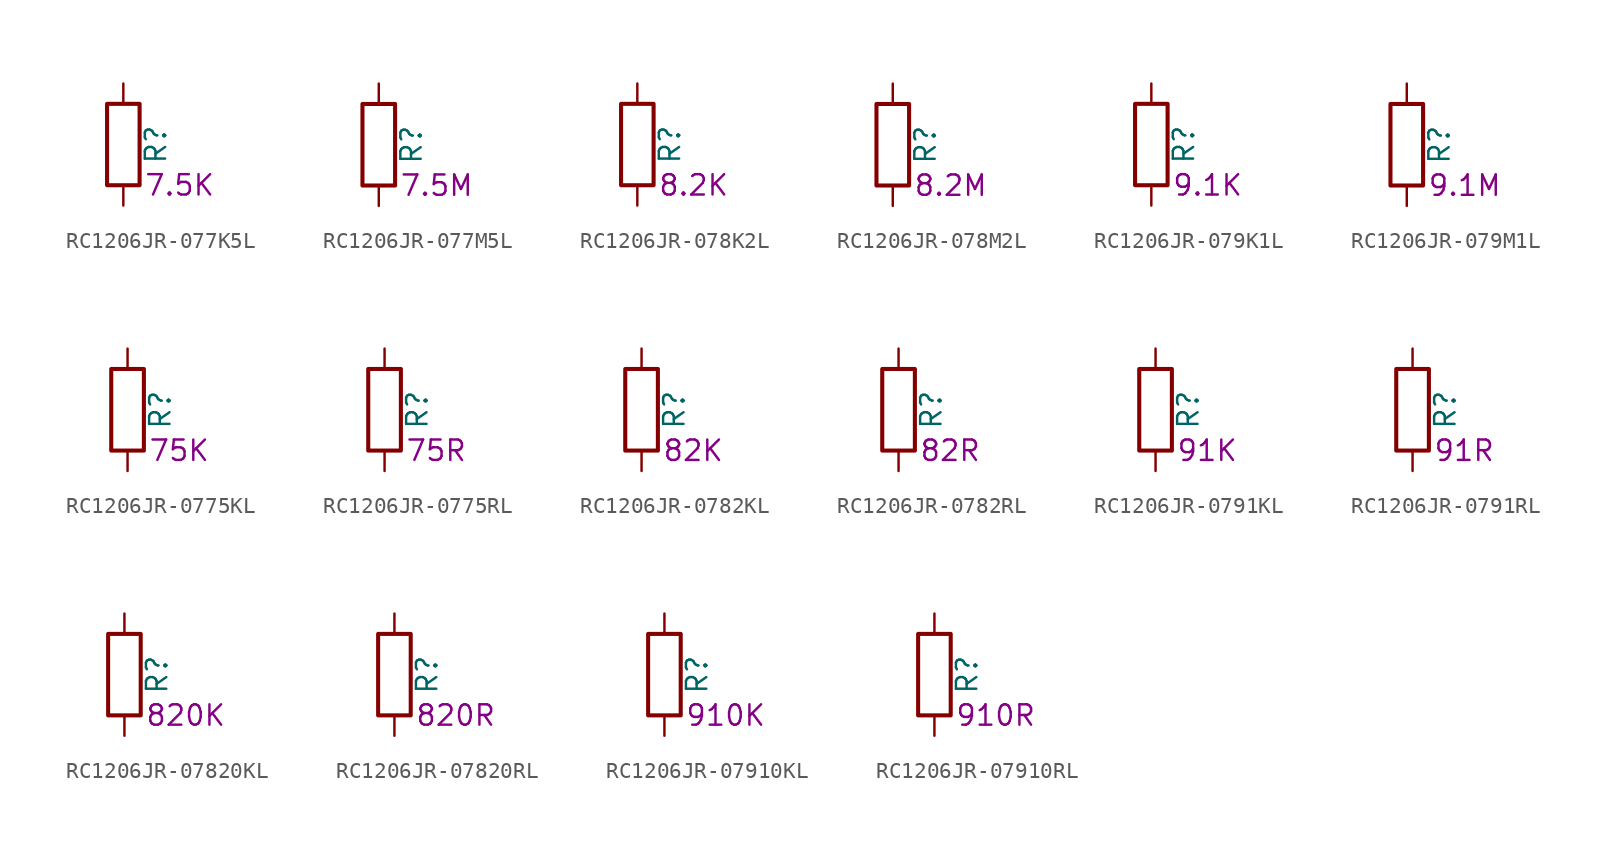
<source format=kicad_sym>
(kicad_symbol_lib
  (version 20220914)
  (generator kicad_symbol_editor)
  (symbol "RC1206JR-077K5L"
    (pin_numbers hide)
    (pin_names
      (offset 0))
    (property "Reference" "R"
      (at 2.032 0 90)
      (effects (font (size 1.27 1.27))))
    (property "Resistance" "7.5K"
      (at 1.27 -2.54 0)
      (effects (font (size 1.27 1.27)) (justify left)))
    (symbol "RC1206JR-077K5L_0_1"
      (rectangle (start -1.016 -2.54) (end 1.016 2.54) (stroke (width 0.254) (type default)) (fill (type none))))
    (symbol "RC1206JR-077K5L_1_1"
      (pin passive line (at 0 3.81 270) (length 1.27) (name "~" (effects (font (size 1.27 1.27)))) (number "1" (effects (font (size 1.27 1.27)))))
      (pin passive line (at 0 -3.81 90) (length 1.27) (name "~" (effects (font (size 1.27 1.27)))) (number "2" (effects (font (size 1.27 1.27)))))))
  (symbol "RC1206JR-077M5L"
    (pin_numbers hide)
    (pin_names
      (offset 0))
    (property "Reference" "R"
      (at 2.032 0 90)
      (effects (font (size 1.27 1.27))))
    (property "Resistance" "7.5M"
      (at 1.27 -2.54 0)
      (effects (font (size 1.27 1.27)) (justify left)))
    (symbol "RC1206JR-077M5L_0_1"
      (rectangle (start -1.016 -2.54) (end 1.016 2.54) (stroke (width 0.254) (type default)) (fill (type none))))
    (symbol "RC1206JR-077M5L_1_1"
      (pin passive line (at 0 3.81 270) (length 1.27) (name "~" (effects (font (size 1.27 1.27)))) (number "1" (effects (font (size 1.27 1.27)))))
      (pin passive line (at 0 -3.81 90) (length 1.27) (name "~" (effects (font (size 1.27 1.27)))) (number "2" (effects (font (size 1.27 1.27)))))))
  (symbol "RC1206JR-078K2L"
    (pin_numbers hide)
    (pin_names
      (offset 0))
    (property "Reference" "R"
      (at 2.032 0 90)
      (effects (font (size 1.27 1.27))))
    (property "Resistance" "8.2K"
      (at 1.27 -2.54 0)
      (effects (font (size 1.27 1.27)) (justify left)))
    (symbol "RC1206JR-078K2L_0_1"
      (rectangle (start -1.016 -2.54) (end 1.016 2.54) (stroke (width 0.254) (type default)) (fill (type none))))
    (symbol "RC1206JR-078K2L_1_1"
      (pin passive line (at 0 3.81 270) (length 1.27) (name "~" (effects (font (size 1.27 1.27)))) (number "1" (effects (font (size 1.27 1.27)))))
      (pin passive line (at 0 -3.81 90) (length 1.27) (name "~" (effects (font (size 1.27 1.27)))) (number "2" (effects (font (size 1.27 1.27)))))))
  (symbol "RC1206JR-078M2L"
    (pin_numbers hide)
    (pin_names
      (offset 0))
    (property "Reference" "R"
      (at 2.032 0 90)
      (effects (font (size 1.27 1.27))))
    (property "Resistance" "8.2M"
      (at 1.27 -2.54 0)
      (effects (font (size 1.27 1.27)) (justify left)))
    (symbol "RC1206JR-078M2L_0_1"
      (rectangle (start -1.016 -2.54) (end 1.016 2.54) (stroke (width 0.254) (type default)) (fill (type none))))
    (symbol "RC1206JR-078M2L_1_1"
      (pin passive line (at 0 3.81 270) (length 1.27) (name "~" (effects (font (size 1.27 1.27)))) (number "1" (effects (font (size 1.27 1.27)))))
      (pin passive line (at 0 -3.81 90) (length 1.27) (name "~" (effects (font (size 1.27 1.27)))) (number "2" (effects (font (size 1.27 1.27)))))))
  (symbol "RC1206JR-079K1L"
    (pin_numbers hide)
    (pin_names
      (offset 0))
    (property "Reference" "R"
      (at 2.032 0 90)
      (effects (font (size 1.27 1.27))))
    (property "Resistance" "9.1K"
      (at 1.27 -2.54 0)
      (effects (font (size 1.27 1.27)) (justify left)))
    (symbol "RC1206JR-079K1L_0_1"
      (rectangle (start -1.016 -2.54) (end 1.016 2.54) (stroke (width 0.254) (type default)) (fill (type none))))
    (symbol "RC1206JR-079K1L_1_1"
      (pin passive line (at 0 3.81 270) (length 1.27) (name "~" (effects (font (size 1.27 1.27)))) (number "1" (effects (font (size 1.27 1.27)))))
      (pin passive line (at 0 -3.81 90) (length 1.27) (name "~" (effects (font (size 1.27 1.27)))) (number "2" (effects (font (size 1.27 1.27)))))))
  (symbol "RC1206JR-079M1L"
    (pin_numbers hide)
    (pin_names
      (offset 0))
    (property "Reference" "R"
      (at 2.032 0 90)
      (effects (font (size 1.27 1.27))))
    (property "Resistance" "9.1M"
      (at 1.27 -2.54 0)
      (effects (font (size 1.27 1.27)) (justify left)))
    (symbol "RC1206JR-079M1L_0_1"
      (rectangle (start -1.016 -2.54) (end 1.016 2.54) (stroke (width 0.254) (type default)) (fill (type none))))
    (symbol "RC1206JR-079M1L_1_1"
      (pin passive line (at 0 3.81 270) (length 1.27) (name "~" (effects (font (size 1.27 1.27)))) (number "1" (effects (font (size 1.27 1.27)))))
      (pin passive line (at 0 -3.81 90) (length 1.27) (name "~" (effects (font (size 1.27 1.27)))) (number "2" (effects (font (size 1.27 1.27)))))))
  (symbol "RC1206JR-0775KL"
    (pin_numbers hide)
    (pin_names
      (offset 0))
    (property "Reference" "R"
      (at 2.032 0 90)
      (effects (font (size 1.27 1.27))))
    (property "Resistance" "75K"
      (at 1.27 -2.54 0)
      (effects (font (size 1.27 1.27)) (justify left)))
    (symbol "RC1206JR-0775KL_0_1"
      (rectangle (start -1.016 -2.54) (end 1.016 2.54) (stroke (width 0.254) (type default)) (fill (type none))))
    (symbol "RC1206JR-0775KL_1_1"
      (pin passive line (at 0 3.81 270) (length 1.27) (name "~" (effects (font (size 1.27 1.27)))) (number "1" (effects (font (size 1.27 1.27)))))
      (pin passive line (at 0 -3.81 90) (length 1.27) (name "~" (effects (font (size 1.27 1.27)))) (number "2" (effects (font (size 1.27 1.27)))))))
  (symbol "RC1206JR-0775RL"
    (pin_numbers hide)
    (pin_names
      (offset 0))
    (property "Reference" "R"
      (at 2.032 0 90)
      (effects (font (size 1.27 1.27))))
    (property "Resistance" "75R"
      (at 1.27 -2.54 0)
      (effects (font (size 1.27 1.27)) (justify left)))
    (symbol "RC1206JR-0775RL_0_1"
      (rectangle (start -1.016 -2.54) (end 1.016 2.54) (stroke (width 0.254) (type default)) (fill (type none))))
    (symbol "RC1206JR-0775RL_1_1"
      (pin passive line (at 0 3.81 270) (length 1.27) (name "~" (effects (font (size 1.27 1.27)))) (number "1" (effects (font (size 1.27 1.27)))))
      (pin passive line (at 0 -3.81 90) (length 1.27) (name "~" (effects (font (size 1.27 1.27)))) (number "2" (effects (font (size 1.27 1.27)))))))
  (symbol "RC1206JR-0782KL"
    (pin_numbers hide)
    (pin_names
      (offset 0))
    (property "Reference" "R"
      (at 2.032 0 90)
      (effects (font (size 1.27 1.27))))
    (property "Resistance" "82K"
      (at 1.27 -2.54 0)
      (effects (font (size 1.27 1.27)) (justify left)))
    (symbol "RC1206JR-0782KL_0_1"
      (rectangle (start -1.016 -2.54) (end 1.016 2.54) (stroke (width 0.254) (type default)) (fill (type none))))
    (symbol "RC1206JR-0782KL_1_1"
      (pin passive line (at 0 3.81 270) (length 1.27) (name "~" (effects (font (size 1.27 1.27)))) (number "1" (effects (font (size 1.27 1.27)))))
      (pin passive line (at 0 -3.81 90) (length 1.27) (name "~" (effects (font (size 1.27 1.27)))) (number "2" (effects (font (size 1.27 1.27)))))))
  (symbol "RC1206JR-0782RL"
    (pin_numbers hide)
    (pin_names
      (offset 0))
    (property "Reference" "R"
      (at 2.032 0 90)
      (effects (font (size 1.27 1.27))))
    (property "Resistance" "82R"
      (at 1.27 -2.54 0)
      (effects (font (size 1.27 1.27)) (justify left)))
    (symbol "RC1206JR-0782RL_0_1"
      (rectangle (start -1.016 -2.54) (end 1.016 2.54) (stroke (width 0.254) (type default)) (fill (type none))))
    (symbol "RC1206JR-0782RL_1_1"
      (pin passive line (at 0 3.81 270) (length 1.27) (name "~" (effects (font (size 1.27 1.27)))) (number "1" (effects (font (size 1.27 1.27)))))
      (pin passive line (at 0 -3.81 90) (length 1.27) (name "~" (effects (font (size 1.27 1.27)))) (number "2" (effects (font (size 1.27 1.27)))))))
  (symbol "RC1206JR-0791KL"
    (pin_numbers hide)
    (pin_names
      (offset 0))
    (property "Reference" "R"
      (at 2.032 0 90)
      (effects (font (size 1.27 1.27))))
    (property "Resistance" "91K"
      (at 1.27 -2.54 0)
      (effects (font (size 1.27 1.27)) (justify left)))
    (symbol "RC1206JR-0791KL_0_1"
      (rectangle (start -1.016 -2.54) (end 1.016 2.54) (stroke (width 0.254) (type default)) (fill (type none))))
    (symbol "RC1206JR-0791KL_1_1"
      (pin passive line (at 0 3.81 270) (length 1.27) (name "~" (effects (font (size 1.27 1.27)))) (number "1" (effects (font (size 1.27 1.27)))))
      (pin passive line (at 0 -3.81 90) (length 1.27) (name "~" (effects (font (size 1.27 1.27)))) (number "2" (effects (font (size 1.27 1.27)))))))
  (symbol "RC1206JR-0791RL"
    (pin_numbers hide)
    (pin_names
      (offset 0))
    (property "Reference" "R"
      (at 2.032 0 90)
      (effects (font (size 1.27 1.27))))
    (property "Resistance" "91R"
      (at 1.27 -2.54 0)
      (effects (font (size 1.27 1.27)) (justify left)))
    (symbol "RC1206JR-0791RL_0_1"
      (rectangle (start -1.016 -2.54) (end 1.016 2.54) (stroke (width 0.254) (type default)) (fill (type none))))
    (symbol "RC1206JR-0791RL_1_1"
      (pin passive line (at 0 3.81 270) (length 1.27) (name "~" (effects (font (size 1.27 1.27)))) (number "1" (effects (font (size 1.27 1.27)))))
      (pin passive line (at 0 -3.81 90) (length 1.27) (name "~" (effects (font (size 1.27 1.27)))) (number "2" (effects (font (size 1.27 1.27)))))))
  (symbol "RC1206JR-07820KL"
    (pin_numbers hide)
    (pin_names
      (offset 0))
    (property "Reference" "R"
      (at 2.032 0 90)
      (effects (font (size 1.27 1.27))))
    (property "Resistance" "820K"
      (at 1.27 -2.54 0)
      (effects (font (size 1.27 1.27)) (justify left)))
    (symbol "RC1206JR-07820KL_0_1"
      (rectangle (start -1.016 -2.54) (end 1.016 2.54) (stroke (width 0.254) (type default)) (fill (type none))))
    (symbol "RC1206JR-07820KL_1_1"
      (pin passive line (at 0 3.81 270) (length 1.27) (name "~" (effects (font (size 1.27 1.27)))) (number "1" (effects (font (size 1.27 1.27)))))
      (pin passive line (at 0 -3.81 90) (length 1.27) (name "~" (effects (font (size 1.27 1.27)))) (number "2" (effects (font (size 1.27 1.27)))))))
  (symbol "RC1206JR-07820RL"
    (pin_numbers hide)
    (pin_names
      (offset 0))
    (property "Reference" "R"
      (at 2.032 0 90)
      (effects (font (size 1.27 1.27))))
    (property "Resistance" "820R"
      (at 1.27 -2.54 0)
      (effects (font (size 1.27 1.27)) (justify left)))
    (symbol "RC1206JR-07820RL_0_1"
      (rectangle (start -1.016 -2.54) (end 1.016 2.54) (stroke (width 0.254) (type default)) (fill (type none))))
    (symbol "RC1206JR-07820RL_1_1"
      (pin passive line (at 0 3.81 270) (length 1.27) (name "~" (effects (font (size 1.27 1.27)))) (number "1" (effects (font (size 1.27 1.27)))))
      (pin passive line (at 0 -3.81 90) (length 1.27) (name "~" (effects (font (size 1.27 1.27)))) (number "2" (effects (font (size 1.27 1.27)))))))
  (symbol "RC1206JR-07910KL"
    (pin_numbers hide)
    (pin_names
      (offset 0))
    (property "Reference" "R"
      (at 2.032 0 90)
      (effects (font (size 1.27 1.27))))
    (property "Resistance" "910K"
      (at 1.27 -2.54 0)
      (effects (font (size 1.27 1.27)) (justify left)))
    (symbol "RC1206JR-07910KL_0_1"
      (rectangle (start -1.016 -2.54) (end 1.016 2.54) (stroke (width 0.254) (type default)) (fill (type none))))
    (symbol "RC1206JR-07910KL_1_1"
      (pin passive line (at 0 3.81 270) (length 1.27) (name "~" (effects (font (size 1.27 1.27)))) (number "1" (effects (font (size 1.27 1.27)))))
      (pin passive line (at 0 -3.81 90) (length 1.27) (name "~" (effects (font (size 1.27 1.27)))) (number "2" (effects (font (size 1.27 1.27)))))))
  (symbol "RC1206JR-07910RL"
    (pin_numbers hide)
    (pin_names
      (offset 0))
    (property "Reference" "R"
      (at 2.032 0 90)
      (effects (font (size 1.27 1.27))))
    (property "Resistance" "910R"
      (at 1.27 -2.54 0)
      (effects (font (size 1.27 1.27)) (justify left)))
    (symbol "RC1206JR-07910RL_0_1"
      (rectangle (start -1.016 -2.54) (end 1.016 2.54) (stroke (width 0.254) (type default)) (fill (type none))))
    (symbol "RC1206JR-07910RL_1_1"
      (pin passive line (at 0 3.81 270) (length 1.27) (name "~" (effects (font (size 1.27 1.27)))) (number "1" (effects (font (size 1.27 1.27)))))
      (pin passive line (at 0 -3.81 90) (length 1.27) (name "~" (effects (font (size 1.27 1.27)))) (number "2" (effects (font (size 1.27 1.27))))))))
</source>
